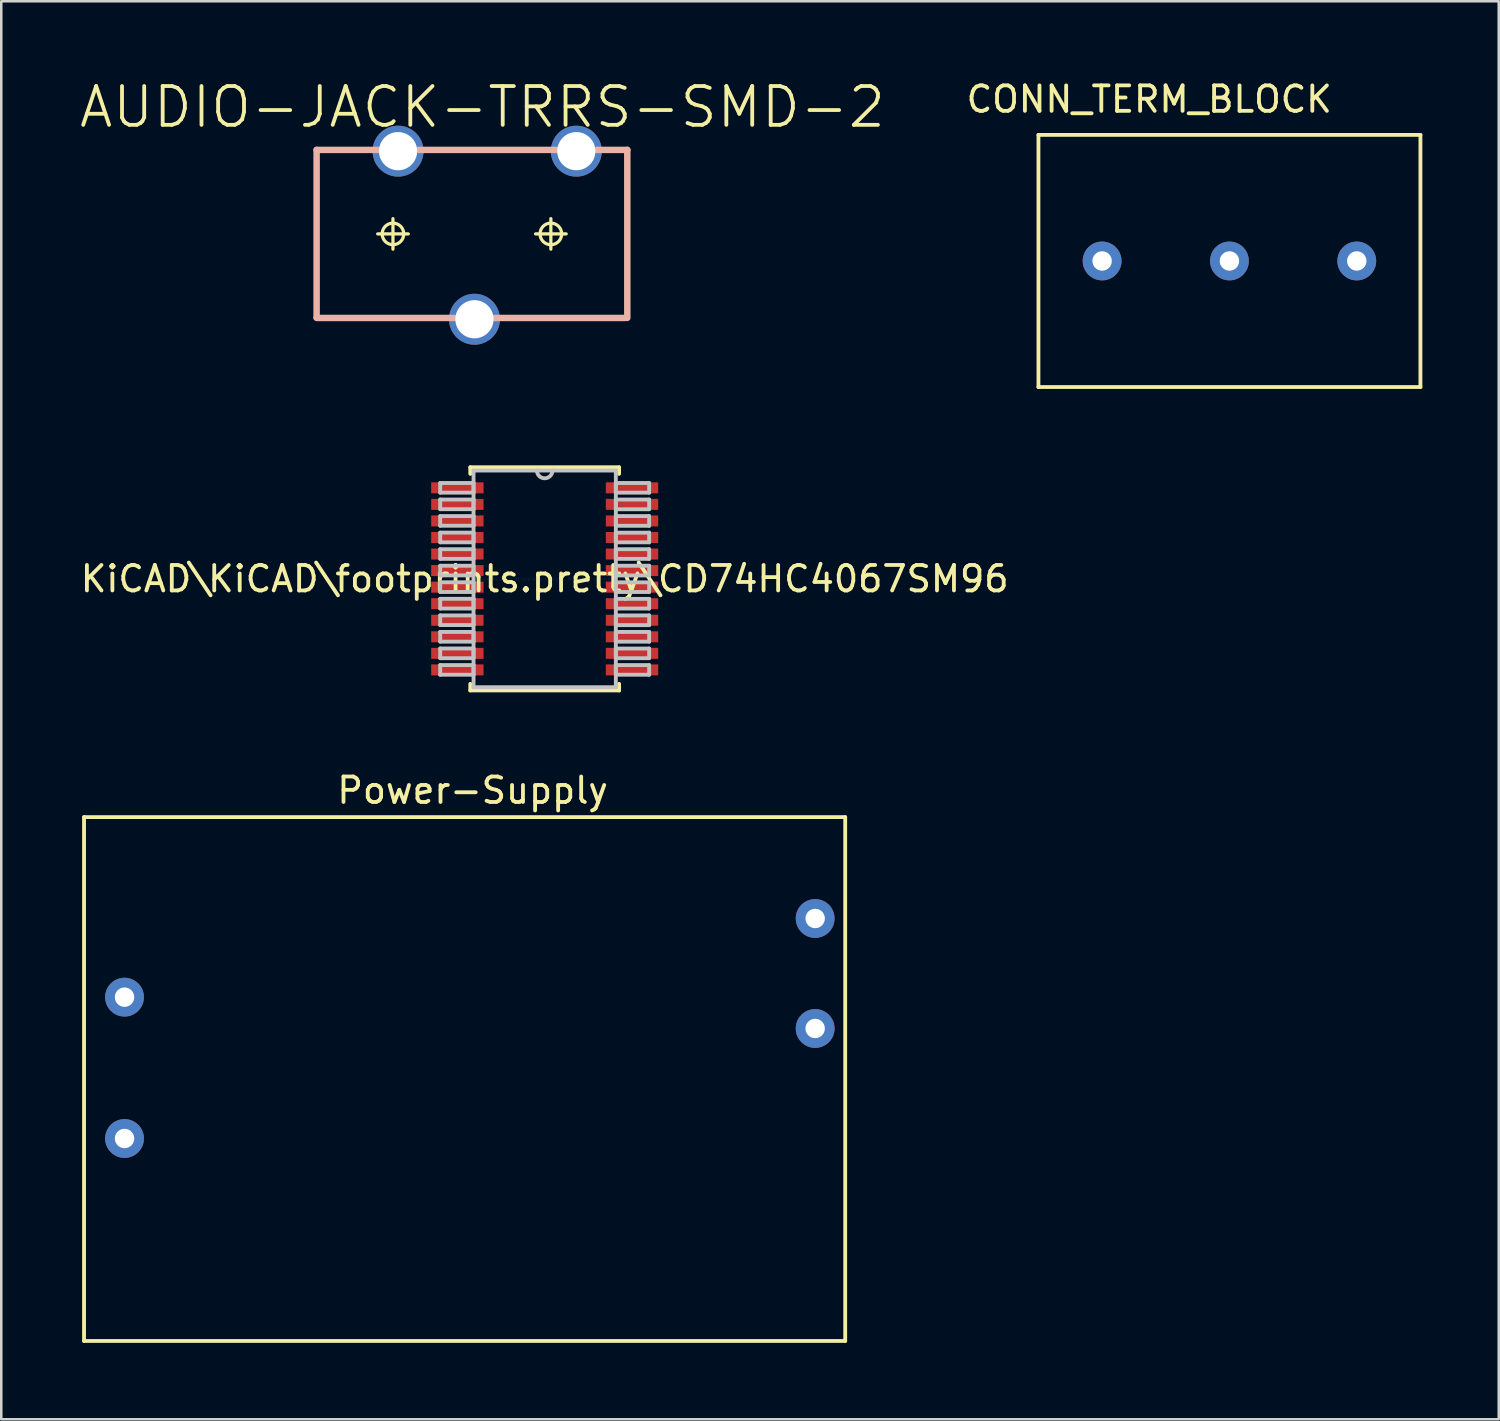
<source format=kicad_pcb>
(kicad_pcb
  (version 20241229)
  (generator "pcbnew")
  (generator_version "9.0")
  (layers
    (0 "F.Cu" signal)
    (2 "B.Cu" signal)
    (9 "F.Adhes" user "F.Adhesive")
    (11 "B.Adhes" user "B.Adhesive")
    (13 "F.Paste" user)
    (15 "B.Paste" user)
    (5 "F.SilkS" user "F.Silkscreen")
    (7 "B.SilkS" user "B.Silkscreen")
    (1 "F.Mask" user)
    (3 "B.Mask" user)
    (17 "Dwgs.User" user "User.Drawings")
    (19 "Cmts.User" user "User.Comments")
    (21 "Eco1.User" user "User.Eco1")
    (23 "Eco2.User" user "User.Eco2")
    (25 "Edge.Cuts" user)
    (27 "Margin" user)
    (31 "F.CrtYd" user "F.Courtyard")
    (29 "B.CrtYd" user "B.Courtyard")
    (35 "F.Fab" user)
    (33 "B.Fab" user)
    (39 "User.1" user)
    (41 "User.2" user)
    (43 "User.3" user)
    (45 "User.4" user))
  (footprint "Power-Supply"
    (layer "F.Cu")
    (at 0.25 29.037)
    (property "Reference" "Power-Supply" (at 15.26 -1.05 0) (layer "F.SilkS") (effects (font (size 1 1) (thickness 0.15))))
    (attr through_hole)
    (fp_line (start 0 0) (end 0 20.57) (stroke (width 0.15) (type solid)) (layer "F.SilkS"))
    (fp_line (start 0 0) (end 29.89 0) (stroke (width 0.15) (type solid)) (layer "F.SilkS"))
    (fp_line (start 0 20.57) (end 29.89 20.57) (stroke (width 0.15) (type solid)) (layer "F.SilkS"))
    (fp_line (start 29.89 0) (end 29.89 20.57) (stroke (width 0.15) (type solid)) (layer "F.SilkS"))
    (pad "1" thru_hole circle (at 1.59 7.07) (size 1.524 1.524) (drill 0.762) (layers "*.Cu" "*.Mask"))
    (pad "2" thru_hole circle (at 1.59 12.62) (size 1.524 1.524) (drill 0.762) (layers "*.Cu" "*.Mask"))
    (pad "3" thru_hole circle (at 28.71 3.98) (size 1.524 1.524) (drill 0.762) (layers "*.Cu" "*.Mask"))
    (pad "4" thru_hole circle (at 28.71 8.3) (size 1.524 1.524) (drill 0.762) (layers "*.Cu" "*.Mask")))
  (footprint "KiCAD\\KiCAD\\footprints.pretty\\CD74HC4067SM96"
    (layer "F.Cu")
    (at 18.339 19.681)
    (property "Reference" "KiCAD\\KiCAD\\footprints.pretty\\CD74HC4067SM96" (at 0 0 0) (layer "F.SilkS") (effects (font (size 1 1) (thickness 0.15))))
    (attr through_hole)
    (fp_line (start -2.921 -4.381) (end -2.921 -4.124) (stroke (width 0.152) (type solid)) (layer "F.SilkS"))
    (fp_line (start -2.921 4.124) (end -2.921 4.381) (stroke (width 0.152) (type solid)) (layer "F.SilkS"))
    (fp_line (start -2.921 4.381) (end 2.921 4.381) (stroke (width 0.152) (type solid)) (layer "F.SilkS"))
    (fp_line (start 2.921 -4.381) (end -2.921 -4.381) (stroke (width 0.152) (type solid)) (layer "F.SilkS"))
    (fp_line (start 2.921 -4.124) (end 2.921 -4.381) (stroke (width 0.152) (type solid)) (layer "F.SilkS"))
    (fp_line (start 2.921 4.381) (end 2.921 4.124) (stroke (width 0.152) (type solid)) (layer "F.SilkS"))
    (fp_line (start -4.102 -3.765) (end -4.102 -3.385) (stroke (width 0.152) (type solid)) (layer "Dwgs.User"))
    (fp_line (start -4.102 -3.385) (end -2.794 -3.385) (stroke (width 0.152) (type solid)) (layer "Dwgs.User"))
    (fp_line (start -4.102 -3.116) (end -4.102 -2.735) (stroke (width 0.152) (type solid)) (layer "Dwgs.User"))
    (fp_line (start -4.102 -2.735) (end -2.794 -2.735) (stroke (width 0.152) (type solid)) (layer "Dwgs.User"))
    (fp_line (start -4.102 -2.466) (end -4.102 -2.085) (stroke (width 0.152) (type solid)) (layer "Dwgs.User"))
    (fp_line (start -4.102 -2.085) (end -2.794 -2.085) (stroke (width 0.152) (type solid)) (layer "Dwgs.User"))
    (fp_line (start -4.102 -1.816) (end -4.102 -1.435) (stroke (width 0.152) (type solid)) (layer "Dwgs.User"))
    (fp_line (start -4.102 -1.435) (end -2.794 -1.435) (stroke (width 0.152) (type solid)) (layer "Dwgs.User"))
    (fp_line (start -4.102 -1.166) (end -4.102 -0.785) (stroke (width 0.152) (type solid)) (layer "Dwgs.User"))
    (fp_line (start -4.102 -0.785) (end -2.794 -0.785) (stroke (width 0.152) (type solid)) (layer "Dwgs.User"))
    (fp_line (start -4.102 -0.516) (end -4.102 -0.135) (stroke (width 0.152) (type solid)) (layer "Dwgs.User"))
    (fp_line (start -4.102 -0.135) (end -2.794 -0.135) (stroke (width 0.152) (type solid)) (layer "Dwgs.User"))
    (fp_line (start -4.102 0.134) (end -4.102 0.515) (stroke (width 0.152) (type solid)) (layer "Dwgs.User"))
    (fp_line (start -4.102 0.515) (end -2.794 0.515) (stroke (width 0.152) (type solid)) (layer "Dwgs.User"))
    (fp_line (start -4.102 0.784) (end -4.102 1.165) (stroke (width 0.152) (type solid)) (layer "Dwgs.User"))
    (fp_line (start -4.102 1.165) (end -2.794 1.165) (stroke (width 0.152) (type solid)) (layer "Dwgs.User"))
    (fp_line (start -4.102 1.434) (end -4.102 1.815) (stroke (width 0.152) (type solid)) (layer "Dwgs.User"))
    (fp_line (start -4.102 1.815) (end -2.794 1.815) (stroke (width 0.152) (type solid)) (layer "Dwgs.User"))
    (fp_line (start -4.102 2.084) (end -4.102 2.465) (stroke (width 0.152) (type solid)) (layer "Dwgs.User"))
    (fp_line (start -4.102 2.465) (end -2.794 2.465) (stroke (width 0.152) (type solid)) (layer "Dwgs.User"))
    (fp_line (start -4.102 2.734) (end -4.102 3.115) (stroke (width 0.152) (type solid)) (layer "Dwgs.User"))
    (fp_line (start -4.102 3.115) (end -2.794 3.115) (stroke (width 0.152) (type solid)) (layer "Dwgs.User"))
    (fp_line (start -4.102 3.384) (end -4.102 3.765) (stroke (width 0.152) (type solid)) (layer "Dwgs.User"))
    (fp_line (start -4.102 3.765) (end -2.794 3.765) (stroke (width 0.152) (type solid)) (layer "Dwgs.User"))
    (fp_line (start -2.794 -4.255) (end -2.794 4.255) (stroke (width 0.152) (type solid)) (layer "Dwgs.User"))
    (fp_line (start -2.794 -3.765) (end -4.102 -3.765) (stroke (width 0.152) (type solid)) (layer "Dwgs.User"))
    (fp_line (start -2.794 -3.385) (end -2.794 -3.765) (stroke (width 0.152) (type solid)) (layer "Dwgs.User"))
    (fp_line (start -2.794 -3.116) (end -4.102 -3.116) (stroke (width 0.152) (type solid)) (layer "Dwgs.User"))
    (fp_line (start -2.794 -2.735) (end -2.794 -3.116) (stroke (width 0.152) (type solid)) (layer "Dwgs.User"))
    (fp_line (start -2.794 -2.466) (end -4.102 -2.466) (stroke (width 0.152) (type solid)) (layer "Dwgs.User"))
    (fp_line (start -2.794 -2.085) (end -2.794 -2.466) (stroke (width 0.152) (type solid)) (layer "Dwgs.User"))
    (fp_line (start -2.794 -1.816) (end -4.102 -1.816) (stroke (width 0.152) (type solid)) (layer "Dwgs.User"))
    (fp_line (start -2.794 -1.435) (end -2.794 -1.816) (stroke (width 0.152) (type solid)) (layer "Dwgs.User"))
    (fp_line (start -2.794 -1.166) (end -4.102 -1.166) (stroke (width 0.152) (type solid)) (layer "Dwgs.User"))
    (fp_line (start -2.794 -0.785) (end -2.794 -1.166) (stroke (width 0.152) (type solid)) (layer "Dwgs.User"))
    (fp_line (start -2.794 -0.516) (end -4.102 -0.516) (stroke (width 0.152) (type solid)) (layer "Dwgs.User"))
    (fp_line (start -2.794 -0.135) (end -2.794 -0.516) (stroke (width 0.152) (type solid)) (layer "Dwgs.User"))
    (fp_line (start -2.794 0.134) (end -4.102 0.134) (stroke (width 0.152) (type solid)) (layer "Dwgs.User"))
    (fp_line (start -2.794 0.515) (end -2.794 0.134) (stroke (width 0.152) (type solid)) (layer "Dwgs.User"))
    (fp_line (start -2.794 0.784) (end -4.102 0.784) (stroke (width 0.152) (type solid)) (layer "Dwgs.User"))
    (fp_line (start -2.794 1.165) (end -2.794 0.784) (stroke (width 0.152) (type solid)) (layer "Dwgs.User"))
    (fp_line (start -2.794 1.434) (end -4.102 1.434) (stroke (width 0.152) (type solid)) (layer "Dwgs.User"))
    (fp_line (start -2.794 1.815) (end -2.794 1.434) (stroke (width 0.152) (type solid)) (layer "Dwgs.User"))
    (fp_line (start -2.794 2.084) (end -4.102 2.084) (stroke (width 0.152) (type solid)) (layer "Dwgs.User"))
    (fp_line (start -2.794 2.465) (end -2.794 2.084) (stroke (width 0.152) (type solid)) (layer "Dwgs.User"))
    (fp_line (start -2.794 2.734) (end -4.102 2.734) (stroke (width 0.152) (type solid)) (layer "Dwgs.User"))
    (fp_line (start -2.794 3.115) (end -2.794 2.734) (stroke (width 0.152) (type solid)) (layer "Dwgs.User"))
    (fp_line (start -2.794 3.384) (end -4.102 3.384) (stroke (width 0.152) (type solid)) (layer "Dwgs.User"))
    (fp_line (start -2.794 3.765) (end -2.794 3.384) (stroke (width 0.152) (type solid)) (layer "Dwgs.User"))
    (fp_line (start -2.794 4.255) (end 2.794 4.255) (stroke (width 0.152) (type solid)) (layer "Dwgs.User"))
    (fp_line (start 2.794 -4.255) (end -2.794 -4.255) (stroke (width 0.152) (type solid)) (layer "Dwgs.User"))
    (fp_line (start 2.794 -3.765) (end 2.794 -3.384) (stroke (width 0.152) (type solid)) (layer "Dwgs.User"))
    (fp_line (start 2.794 -3.384) (end 4.102 -3.384) (stroke (width 0.152) (type solid)) (layer "Dwgs.User"))
    (fp_line (start 2.794 -3.115) (end 2.794 -2.734) (stroke (width 0.152) (type solid)) (layer "Dwgs.User"))
    (fp_line (start 2.794 -2.734) (end 4.102 -2.734) (stroke (width 0.152) (type solid)) (layer "Dwgs.User"))
    (fp_line (start 2.794 -2.465) (end 2.794 -2.084) (stroke (width 0.152) (type solid)) (layer "Dwgs.User"))
    (fp_line (start 2.794 -2.084) (end 4.102 -2.084) (stroke (width 0.152) (type solid)) (layer "Dwgs.User"))
    (fp_line (start 2.794 -1.815) (end 2.794 -1.434) (stroke (width 0.152) (type solid)) (layer "Dwgs.User"))
    (fp_line (start 2.794 -1.434) (end 4.102 -1.434) (stroke (width 0.152) (type solid)) (layer "Dwgs.User"))
    (fp_line (start 2.794 -1.165) (end 2.794 -0.784) (stroke (width 0.152) (type solid)) (layer "Dwgs.User"))
    (fp_line (start 2.794 -0.784) (end 4.102 -0.784) (stroke (width 0.152) (type solid)) (layer "Dwgs.User"))
    (fp_line (start 2.794 -0.515) (end 2.794 -0.134) (stroke (width 0.152) (type solid)) (layer "Dwgs.User"))
    (fp_line (start 2.794 -0.134) (end 4.102 -0.134) (stroke (width 0.152) (type solid)) (layer "Dwgs.User"))
    (fp_line (start 2.794 0.135) (end 2.794 0.516) (stroke (width 0.152) (type solid)) (layer "Dwgs.User"))
    (fp_line (start 2.794 0.516) (end 4.102 0.516) (stroke (width 0.152) (type solid)) (layer "Dwgs.User"))
    (fp_line (start 2.794 0.785) (end 2.794 1.166) (stroke (width 0.152) (type solid)) (layer "Dwgs.User"))
    (fp_line (start 2.794 1.166) (end 4.102 1.166) (stroke (width 0.152) (type solid)) (layer "Dwgs.User"))
    (fp_line (start 2.794 1.435) (end 2.794 1.816) (stroke (width 0.152) (type solid)) (layer "Dwgs.User"))
    (fp_line (start 2.794 1.816) (end 4.102 1.816) (stroke (width 0.152) (type solid)) (layer "Dwgs.User"))
    (fp_line (start 2.794 2.084) (end 2.794 2.466) (stroke (width 0.152) (type solid)) (layer "Dwgs.User"))
    (fp_line (start 2.794 2.466) (end 4.102 2.466) (stroke (width 0.152) (type solid)) (layer "Dwgs.User"))
    (fp_line (start 2.794 2.735) (end 2.794 3.115) (stroke (width 0.152) (type solid)) (layer "Dwgs.User"))
    (fp_line (start 2.794 3.115) (end 4.102 3.115) (stroke (width 0.152) (type solid)) (layer "Dwgs.User"))
    (fp_line (start 2.794 3.385) (end 2.794 3.765) (stroke (width 0.152) (type solid)) (layer "Dwgs.User"))
    (fp_line (start 2.794 3.765) (end 4.102 3.765) (stroke (width 0.152) (type solid)) (layer "Dwgs.User"))
    (fp_line (start 2.794 4.255) (end 2.794 -4.255) (stroke (width 0.152) (type solid)) (layer "Dwgs.User"))
    (fp_line (start 4.102 -3.765) (end 2.794 -3.765) (stroke (width 0.152) (type solid)) (layer "Dwgs.User"))
    (fp_line (start 4.102 -3.384) (end 4.102 -3.765) (stroke (width 0.152) (type solid)) (layer "Dwgs.User"))
    (fp_line (start 4.102 -3.115) (end 2.794 -3.115) (stroke (width 0.152) (type solid)) (layer "Dwgs.User"))
    (fp_line (start 4.102 -2.734) (end 4.102 -3.115) (stroke (width 0.152) (type solid)) (layer "Dwgs.User"))
    (fp_line (start 4.102 -2.465) (end 2.794 -2.465) (stroke (width 0.152) (type solid)) (layer "Dwgs.User"))
    (fp_line (start 4.102 -2.084) (end 4.102 -2.465) (stroke (width 0.152) (type solid)) (layer "Dwgs.User"))
    (fp_line (start 4.102 -1.815) (end 2.794 -1.815) (stroke (width 0.152) (type solid)) (layer "Dwgs.User"))
    (fp_line (start 4.102 -1.434) (end 4.102 -1.815) (stroke (width 0.152) (type solid)) (layer "Dwgs.User"))
    (fp_line (start 4.102 -1.165) (end 2.794 -1.165) (stroke (width 0.152) (type solid)) (layer "Dwgs.User"))
    (fp_line (start 4.102 -0.784) (end 4.102 -1.165) (stroke (width 0.152) (type solid)) (layer "Dwgs.User"))
    (fp_line (start 4.102 -0.515) (end 2.794 -0.515) (stroke (width 0.152) (type solid)) (layer "Dwgs.User"))
    (fp_line (start 4.102 -0.134) (end 4.102 -0.515) (stroke (width 0.152) (type solid)) (layer "Dwgs.User"))
    (fp_line (start 4.102 0.135) (end 2.794 0.135) (stroke (width 0.152) (type solid)) (layer "Dwgs.User"))
    (fp_line (start 4.102 0.516) (end 4.102 0.135) (stroke (width 0.152) (type solid)) (layer "Dwgs.User"))
    (fp_line (start 4.102 0.785) (end 2.794 0.785) (stroke (width 0.152) (type solid)) (layer "Dwgs.User"))
    (fp_line (start 4.102 1.166) (end 4.102 0.785) (stroke (width 0.152) (type solid)) (layer "Dwgs.User"))
    (fp_line (start 4.102 1.435) (end 2.794 1.435) (stroke (width 0.152) (type solid)) (layer "Dwgs.User"))
    (fp_line (start 4.102 1.816) (end 4.102 1.435) (stroke (width 0.152) (type solid)) (layer "Dwgs.User"))
    (fp_line (start 4.102 2.084) (end 2.794 2.084) (stroke (width 0.152) (type solid)) (layer "Dwgs.User"))
    (fp_line (start 4.102 2.466) (end 4.102 2.084) (stroke (width 0.152) (type solid)) (layer "Dwgs.User"))
    (fp_line (start 4.102 2.735) (end 2.794 2.735) (stroke (width 0.152) (type solid)) (layer "Dwgs.User"))
    (fp_line (start 4.102 3.115) (end 4.102 2.735) (stroke (width 0.152) (type solid)) (layer "Dwgs.User"))
    (fp_line (start 4.102 3.385) (end 2.794 3.385) (stroke (width 0.152) (type solid)) (layer "Dwgs.User"))
    (fp_line (start 4.102 3.765) (end 4.102 3.385) (stroke (width 0.152) (type solid)) (layer "Dwgs.User"))
    (fp_arc (start 0.3048 -4.2545) (mid 0 -3.9497) (end -0.3048 -4.2545) (stroke (width 0.1524) (type solid)) (layer "Dwgs.User"))
    (fp_text user "Copyright 2016 Accelerated Designs. All rights reserved." (at 0 0 0) (layer "Cmts.User") (effects (font (size 0.127 0.127) (thickness 0.002))))
    (pad "1" smd rect (at -3.429 -3.575) (size 2.057 0.432) (layers "F.Cu" "F.Mask" "F.Paste"))
    (pad "2" smd rect (at -3.429 -2.925) (size 2.057 0.432) (layers "F.Cu" "F.Mask" "F.Paste"))
    (pad "3" smd rect (at -3.429 -2.275) (size 2.057 0.432) (layers "F.Cu" "F.Mask" "F.Paste"))
    (pad "4" smd rect (at -3.429 -1.625) (size 2.057 0.432) (layers "F.Cu" "F.Mask" "F.Paste"))
    (pad "5" smd rect (at -3.429 -0.975) (size 2.057 0.432) (layers "F.Cu" "F.Mask" "F.Paste"))
    (pad "6" smd rect (at -3.429 -0.325) (size 2.057 0.432) (layers "F.Cu" "F.Mask" "F.Paste"))
    (pad "7" smd rect (at -3.429 0.325) (size 2.057 0.432) (layers "F.Cu" "F.Mask" "F.Paste"))
    (pad "8" smd rect (at -3.429 0.975) (size 2.057 0.432) (layers "F.Cu" "F.Mask" "F.Paste"))
    (pad "9" smd rect (at -3.429 1.625) (size 2.057 0.432) (layers "F.Cu" "F.Mask" "F.Paste"))
    (pad "10" smd rect (at -3.429 2.275) (size 2.057 0.432) (layers "F.Cu" "F.Mask" "F.Paste"))
    (pad "11" smd rect (at -3.429 2.925) (size 2.057 0.432) (layers "F.Cu" "F.Mask" "F.Paste"))
    (pad "12" smd rect (at -3.429 3.575) (size 2.057 0.432) (layers "F.Cu" "F.Mask" "F.Paste"))
    (pad "13" smd rect (at 3.429 3.575) (size 2.057 0.432) (layers "F.Cu" "F.Mask" "F.Paste"))
    (pad "14" smd rect (at 3.429 2.925) (size 2.057 0.432) (layers "F.Cu" "F.Mask" "F.Paste"))
    (pad "15" smd rect (at 3.429 2.275) (size 2.057 0.432) (layers "F.Cu" "F.Mask" "F.Paste"))
    (pad "16" smd rect (at 3.429 1.625) (size 2.057 0.432) (layers "F.Cu" "F.Mask" "F.Paste"))
    (pad "17" smd rect (at 3.429 0.975) (size 2.057 0.432) (layers "F.Cu" "F.Mask" "F.Paste"))
    (pad "18" smd rect (at 3.429 0.325) (size 2.057 0.432) (layers "F.Cu" "F.Mask" "F.Paste"))
    (pad "19" smd rect (at 3.429 -0.325) (size 2.057 0.432) (layers "F.Cu" "F.Mask" "F.Paste"))
    (pad "20" smd rect (at 3.429 -0.975) (size 2.057 0.432) (layers "F.Cu" "F.Mask" "F.Paste"))
    (pad "21" smd rect (at 3.429 -1.625) (size 2.057 0.432) (layers "F.Cu" "F.Mask" "F.Paste"))
    (pad "22" smd rect (at 3.429 -2.275) (size 2.057 0.432) (layers "F.Cu" "F.Mask" "F.Paste"))
    (pad "23" smd rect (at 3.429 -2.925) (size 2.057 0.432) (layers "F.Cu" "F.Mask" "F.Paste"))
    (pad "24" smd rect (at 3.429 -3.575) (size 2.057 0.432) (layers "F.Cu" "F.Mask" "F.Paste")))
  (footprint "CONN_TERM_BLOCK"
    (layer "F.Cu")
    (at 42.078 0.348)
    (property "Reference" "CONN_TERM_BLOCK" (at 0 0.5 0) (layer "F.SilkS") (effects (font (size 1 1) (thickness 0.15))))
    (attr through_hole)
    (fp_line (start -4.35 1.9) (end -4.35 11.8) (stroke (width 0.15) (type solid)) (layer "F.SilkS"))
    (fp_line (start -4.35 1.9) (end 10.65 1.9) (stroke (width 0.15) (type solid)) (layer "F.SilkS"))
    (fp_line (start -4.35 11.8) (end 10.65 11.8) (stroke (width 0.15) (type solid)) (layer "F.SilkS"))
    (fp_line (start 10.65 11.8) (end 10.65 1.9) (stroke (width 0.15) (type solid)) (layer "F.SilkS"))
    (pad "1" thru_hole circle (at -1.85 6.85) (size 1.524 1.524) (drill 0.762) (layers "*.Cu" "*.Mask"))
    (pad "2" thru_hole circle (at 3.15 6.85) (size 1.524 1.524) (drill 0.762) (layers "*.Cu" "*.Mask"))
    (pad "3" thru_hole circle (at 8.15 6.85) (size 1.524 1.524) (drill 0.762) (layers "*.Cu" "*.Mask")))
  (footprint "AUDIO-JACK-TRRS-SMD-2"
    (layer "F.Cu")
    (at 9.383 6.135)
    (property "Reference" "AUDIO-JACK-TRRS-SMD-2" (at 6.51 -4.98 0) (layer "F.SilkS") (effects (font (size 1.524 1.524) (thickness 0.15))))
    (attr smd)
    (fp_line (start 2.398 0) (end 3.6 0) (stroke (width 0.127) (type solid)) (layer "F.SilkS"))
    (fp_line (start 2.998 0.599) (end 2.998 -0.599) (stroke (width 0.127) (type solid)) (layer "F.SilkS"))
    (fp_line (start 8.598 0) (end 9.8 0) (stroke (width 0.127) (type solid)) (layer "F.SilkS"))
    (fp_line (start 9.198 0.599) (end 9.198 -0.599) (stroke (width 0.127) (type solid)) (layer "F.SilkS"))
    (fp_circle (center 2.998 0) (end 3.297 0.3) (stroke (width 0.127) (type solid)) (fill no) (layer "F.SilkS"))
    (fp_circle (center 9.198 0) (end 9.498 0.3) (stroke (width 0.127) (type solid)) (fill no) (layer "F.SilkS"))
    (fp_line (start 0 -3.3) (end 0 3.28) (stroke (width 0.254) (type solid)) (layer "B.SilkS"))
    (fp_line (start 0 -3.299) (end 2.398 -3.299) (stroke (width 0.254) (type solid)) (layer "B.SilkS"))
    (fp_line (start 0 3.301) (end 5.408 3.301) (stroke (width 0.254) (type solid)) (layer "B.SilkS"))
    (fp_line (start 3.998 -3.299) (end 9.398 -3.299) (stroke (width 0.254) (type solid)) (layer "B.SilkS"))
    (fp_line (start 6.988 3.301) (end 12.108 3.301) (stroke (width 0.254) (type solid)) (layer "B.SilkS"))
    (fp_line (start 12.2 -3.299) (end 10.998 -3.299) (stroke (width 0.254) (type solid)) (layer "B.SilkS"))
    (fp_line (start 12.2 -3.299) (end 12.2 3.299) (stroke (width 0.254) (type solid)) (layer "B.SilkS"))
    (fp_line (start 0.24 -2.92) (end 0.24 2.85) (stroke (width 0.15) (type solid)) (layer "B.Paste"))
    (pad "1" thru_hole circle (at 10.198 -3.249) (size 2 2) (drill 1.5) (layers "*.Cu" "*.Mask"))
    (pad "2" thru_hole circle (at 3.198 -3.249 180) (size 2 2) (drill 1.5) (layers "*.Cu" "*.Mask"))
    (pad "3" thru_hole circle (at 6.198 3.351) (size 2 2) (drill 1.5) (layers "*.Cu" "*.Mask")))
  (gr_rect
    (start -3 -3)
    (end 55.803 52.682)
    (stroke (width 0.1) (type default))
    (fill no)
    (layer "Edge.Cuts")))
</source>
